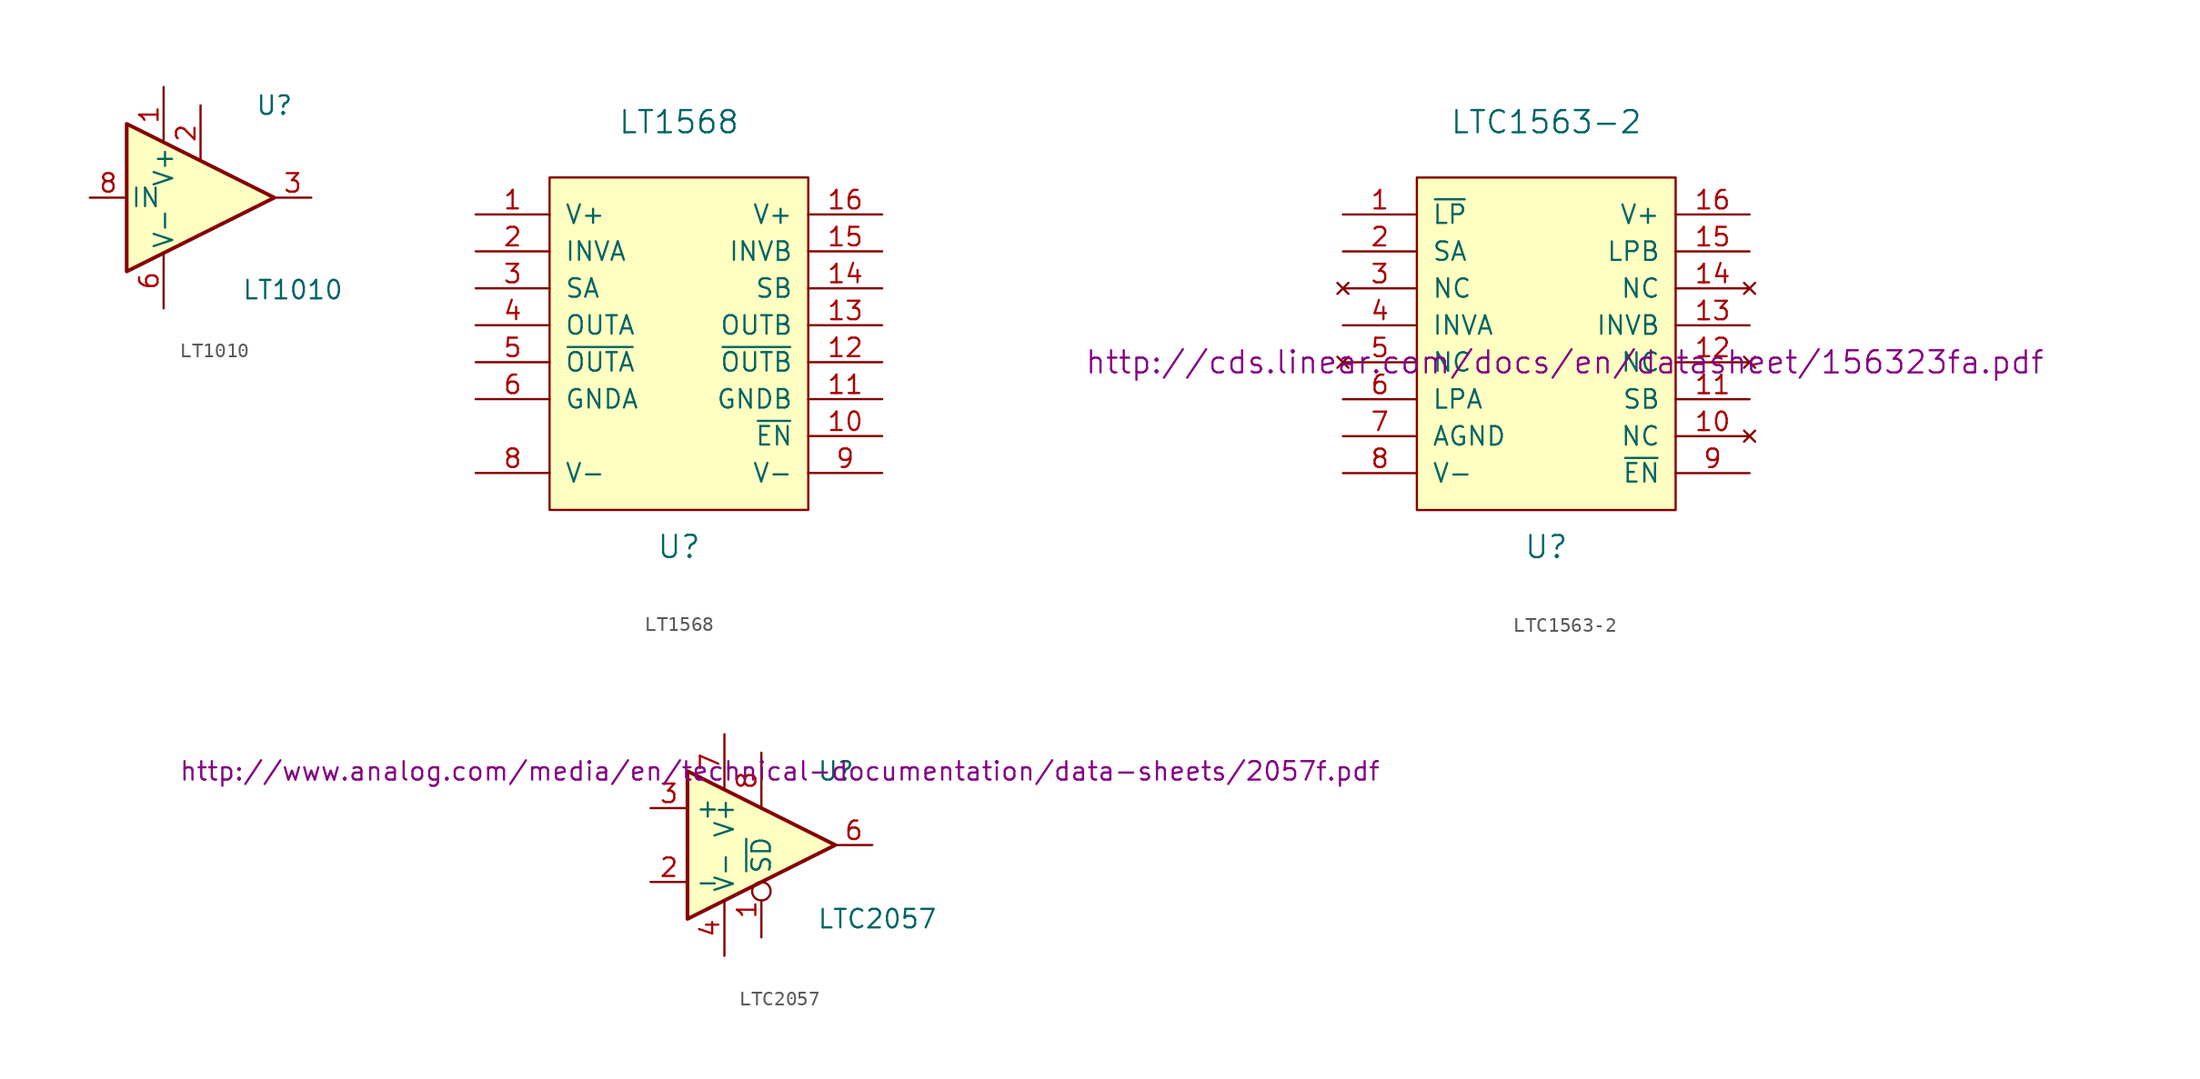
<source format=kicad_sym>
(kicad_symbol_lib
  (version 20231120)
  (generator "kicad_symbol_editor")
  (generator_version "8.0")
  (symbol "LT1010"
    (pin_names
      (offset 0.254))
    (property "Reference" "U"
      (at 5.08 6.35 0)
      (effects (font (size 1.27 1.27))))
    (property "Value" "LT1010"
      (at 6.35 -6.35 0)
      (effects (font (size 1.27 1.27))))
    (symbol "LT1010_0_1"
      (polyline (pts (xy 5.08 0) (xy -5.08 5.08) (xy -5.08 -5.08) (xy 5.08 0)) (stroke (width 0.254) (type solid)) (fill (type background))))
    (symbol "LT1010_1_1"
      (pin power_in line (at -2.54 7.62 270) (length 3.81) (name "V+" (effects (font (size 1.27 1.27)))) (number "1" (effects (font (size 1.27 1.27)))))
      (pin power_in line (at 0 6.35 270) (length 3.81) (name "~" (effects (font (size 1.27 1.27)))) (number "2" (effects (font (size 1.27 1.27)))))
      (pin output line (at 7.62 0 180) (length 2.54) (name "~" (effects (font (size 1.27 1.27)))) (number "3" (effects (font (size 1.27 1.27)))))
      (pin power_in line (at -2.54 -7.62 90) (length 3.81) (name "V-" (effects (font (size 1.27 1.27)))) (number "6" (effects (font (size 1.27 1.27)))))
      (pin input line (at -7.62 0 0) (length 2.54) (name "IN" (effects (font (size 1.27 1.27)))) (number "8" (effects (font (size 1.27 1.27)))))))
  (symbol "LT1568"
    (pin_names
      (offset 1.016))
    (property "Reference" "U"
      (at 0 -13.97 0)
      (effects (font (size 1.524 1.524))))
    (property "Value" "LT1568"
      (at 0 15.24 0)
      (effects (font (size 1.524 1.524))))
    (property "Footprint" ""
      (at 1.27 -1.27 0)
      (effects (font (size 1.524 1.524))))
    (property "Datasheet" ""
      (at 1.27 -1.27 0)
      (effects (font (size 1.524 1.524))))
    (symbol "LT1568_0_1"
      (rectangle (start -8.89 11.43) (end 8.89 -11.43) (stroke (width 0) (type solid)) (fill (type background)))
      (pin output line (at -13.97 1.27 0) (length 5.08) (name "OUTA" (effects (font (size 1.27 1.27)))) (number "4" (effects (font (size 1.27 1.27)))))
      (pin output line (at -13.97 -1.27 0) (length 5.08) (name "~{OUTA}" (effects (font (size 1.27 1.27)))) (number "5" (effects (font (size 1.27 1.27))))))
    (symbol "LT1568_1_1"
      (pin power_in line (at -13.97 8.89 0) (length 5.08) (name "V+" (effects (font (size 1.27 1.27)))) (number "1" (effects (font (size 1.27 1.27)))))
      (pin input line (at 13.97 -6.35 180) (length 5.08) (name "~{EN}" (effects (font (size 1.27 1.27)))) (number "10" (effects (font (size 1.27 1.27)))))
      (pin passive line (at 13.97 -3.81 180) (length 5.08) (name "GNDB" (effects (font (size 1.27 1.27)))) (number "11" (effects (font (size 1.27 1.27)))))
      (pin output line (at 13.97 -1.27 180) (length 5.08) (name "~{OUTB}" (effects (font (size 1.27 1.27)))) (number "12" (effects (font (size 1.27 1.27)))))
      (pin output line (at 13.97 1.27 180) (length 5.08) (name "OUTB" (effects (font (size 1.27 1.27)))) (number "13" (effects (font (size 1.27 1.27)))))
      (pin input line (at 13.97 3.81 180) (length 5.08) (name "SB" (effects (font (size 1.27 1.27)))) (number "14" (effects (font (size 1.27 1.27)))))
      (pin input line (at 13.97 6.35 180) (length 5.08) (name "INVB" (effects (font (size 1.27 1.27)))) (number "15" (effects (font (size 1.27 1.27)))))
      (pin power_in line (at 13.97 8.89 180) (length 5.08) (name "V+" (effects (font (size 1.27 1.27)))) (number "16" (effects (font (size 1.27 1.27)))))
      (pin input line (at -13.97 6.35 0) (length 5.08) (name "INVA" (effects (font (size 1.27 1.27)))) (number "2" (effects (font (size 1.27 1.27)))))
      (pin input line (at -13.97 3.81 0) (length 5.08) (name "SA" (effects (font (size 1.27 1.27)))) (number "3" (effects (font (size 1.27 1.27)))))
      (pin passive line (at -13.97 -3.81 0) (length 5.08) (name "GNDA" (effects (font (size 1.27 1.27)))) (number "6" (effects (font (size 1.27 1.27)))))
      (pin no_connect line (at -13.97 -6.35 0) (length 5.08) hide (name "NC" (effects (font (size 1.27 1.27)))) (number "7" (effects (font (size 1.27 1.27)))))
      (pin power_in line (at -13.97 -8.89 0) (length 5.08) (name "V-" (effects (font (size 1.27 1.27)))) (number "8" (effects (font (size 1.27 1.27)))))
      (pin power_in line (at 13.97 -8.89 180) (length 5.08) (name "V-" (effects (font (size 1.27 1.27)))) (number "9" (effects (font (size 1.27 1.27)))))))
  (symbol "LTC1563-2"
    (pin_names
      (offset 1.016))
    (property "Reference" "U"
      (at 0 -13.97 0)
      (effects (font (size 1.524 1.524))))
    (property "Value" "LTC1563-2"
      (at 0 15.24 0)
      (effects (font (size 1.524 1.524))))
    (property "Footprint" ""
      (at 1.27 -1.27 0)
      (effects (font (size 1.524 1.524))))
    (property "Datasheet" "http://cds.linear.com/docs/en/datasheet/156323fa.pdf"
      (at 1.27 -1.27 0)
      (effects (font (size 1.524 1.524))))
    (symbol "LTC1563-2_0_1"
      (rectangle (start -8.89 11.43) (end 8.89 -11.43) (stroke (width 0) (type solid)) (fill (type background)))
      (pin input line (at -13.97 1.27 0) (length 5.08) (name "INVA" (effects (font (size 1.27 1.27)))) (number "4" (effects (font (size 1.27 1.27)))))
      (pin no_connect line (at -13.97 -1.27 0) (length 5.08) (name "NC" (effects (font (size 1.27 1.27)))) (number "5" (effects (font (size 1.27 1.27))))))
    (symbol "LTC1563-2_1_1"
      (pin input line (at -13.97 8.89 0) (length 5.08) (name "~{LP}" (effects (font (size 1.27 1.27)))) (number "1" (effects (font (size 1.27 1.27)))))
      (pin no_connect line (at 13.97 -6.35 180) (length 5.08) (name "NC" (effects (font (size 1.27 1.27)))) (number "10" (effects (font (size 1.27 1.27)))))
      (pin input line (at 13.97 -3.81 180) (length 5.08) (name "SB" (effects (font (size 1.27 1.27)))) (number "11" (effects (font (size 1.27 1.27)))))
      (pin no_connect line (at 13.97 -1.27 180) (length 5.08) (name "NC" (effects (font (size 1.27 1.27)))) (number "12" (effects (font (size 1.27 1.27)))))
      (pin input line (at 13.97 1.27 180) (length 5.08) (name "INVB" (effects (font (size 1.27 1.27)))) (number "13" (effects (font (size 1.27 1.27)))))
      (pin no_connect line (at 13.97 3.81 180) (length 5.08) (name "NC" (effects (font (size 1.27 1.27)))) (number "14" (effects (font (size 1.27 1.27)))))
      (pin output line (at 13.97 6.35 180) (length 5.08) (name "LPB" (effects (font (size 1.27 1.27)))) (number "15" (effects (font (size 1.27 1.27)))))
      (pin power_in line (at 13.97 8.89 180) (length 5.08) (name "V+" (effects (font (size 1.27 1.27)))) (number "16" (effects (font (size 1.27 1.27)))))
      (pin input line (at -13.97 6.35 0) (length 5.08) (name "SA" (effects (font (size 1.27 1.27)))) (number "2" (effects (font (size 1.27 1.27)))))
      (pin no_connect line (at -13.97 3.81 0) (length 5.08) (name "NC" (effects (font (size 1.27 1.27)))) (number "3" (effects (font (size 1.27 1.27)))))
      (pin output line (at -13.97 -3.81 0) (length 5.08) (name "LPA" (effects (font (size 1.27 1.27)))) (number "6" (effects (font (size 1.27 1.27)))))
      (pin input line (at -13.97 -6.35 0) (length 5.08) (name "AGND" (effects (font (size 1.27 1.27)))) (number "7" (effects (font (size 1.27 1.27)))))
      (pin power_in line (at -13.97 -8.89 0) (length 5.08) (name "V-" (effects (font (size 1.27 1.27)))) (number "8" (effects (font (size 1.27 1.27)))))
      (pin input line (at 13.97 -8.89 180) (length 5.08) (name "~{EN}" (effects (font (size 1.27 1.27)))) (number "9" (effects (font (size 1.27 1.27)))))))
  (symbol "LTC2057"
    (property "Reference" "U"
      (at 3.81 5.08 0)
      (effects (font (size 1.27 1.27)) (justify left)))
    (property "Value" "LTC2057"
      (at 3.81 -5.08 0)
      (effects (font (size 1.27 1.27)) (justify left)))
    (property "Footprint" ""
      (at -1.27 2.54 0)
      (effects (font (size 1.27 1.27))))
    (property "Datasheet" "http://www.analog.com/media/en/technical-documentation/data-sheets/2057f.pdf"
      (at 1.27 5.08 0)
      (effects (font (size 1.27 1.27))))
    (symbol "LTC2057_0_1"
      (polyline (pts (xy -5.08 5.08) (xy 5.08 0) (xy -5.08 -5.08) (xy -5.08 5.08)) (stroke (width 0.254) (type solid)) (fill (type background)))
      (pin input inverted (at 0 -6.35 90) (length 3.81) (name "~{SD}" (effects (font (size 1.27 1.27)))) (number "1" (effects (font (size 1.27 1.27)))))
      (pin power_in line (at -2.54 -7.62 90) (length 3.81) (name "V-" (effects (font (size 1.27 1.27)))) (number "4" (effects (font (size 1.27 1.27)))))
      (pin power_in line (at -2.54 7.62 270) (length 3.81) (name "V+" (effects (font (size 1.27 1.27)))) (number "7" (effects (font (size 1.27 1.27)))))
      (pin input line (at 0 6.35 270) (length 3.81) (name "~" (effects (font (size 1.27 1.27)))) (number "8" (effects (font (size 1.27 1.27))))))
    (symbol "LTC2057_1_1"
      (pin input line (at -7.62 -2.54 0) (length 2.54) (name "-" (effects (font (size 1.27 1.27)))) (number "2" (effects (font (size 1.27 1.27)))))
      (pin input line (at -7.62 2.54 0) (length 2.54) (name "+" (effects (font (size 1.27 1.27)))) (number "3" (effects (font (size 1.27 1.27)))))
      (pin output line (at 7.62 0 180) (length 2.54) (name "~" (effects (font (size 1.27 1.27)))) (number "6" (effects (font (size 1.27 1.27))))))))
</source>
